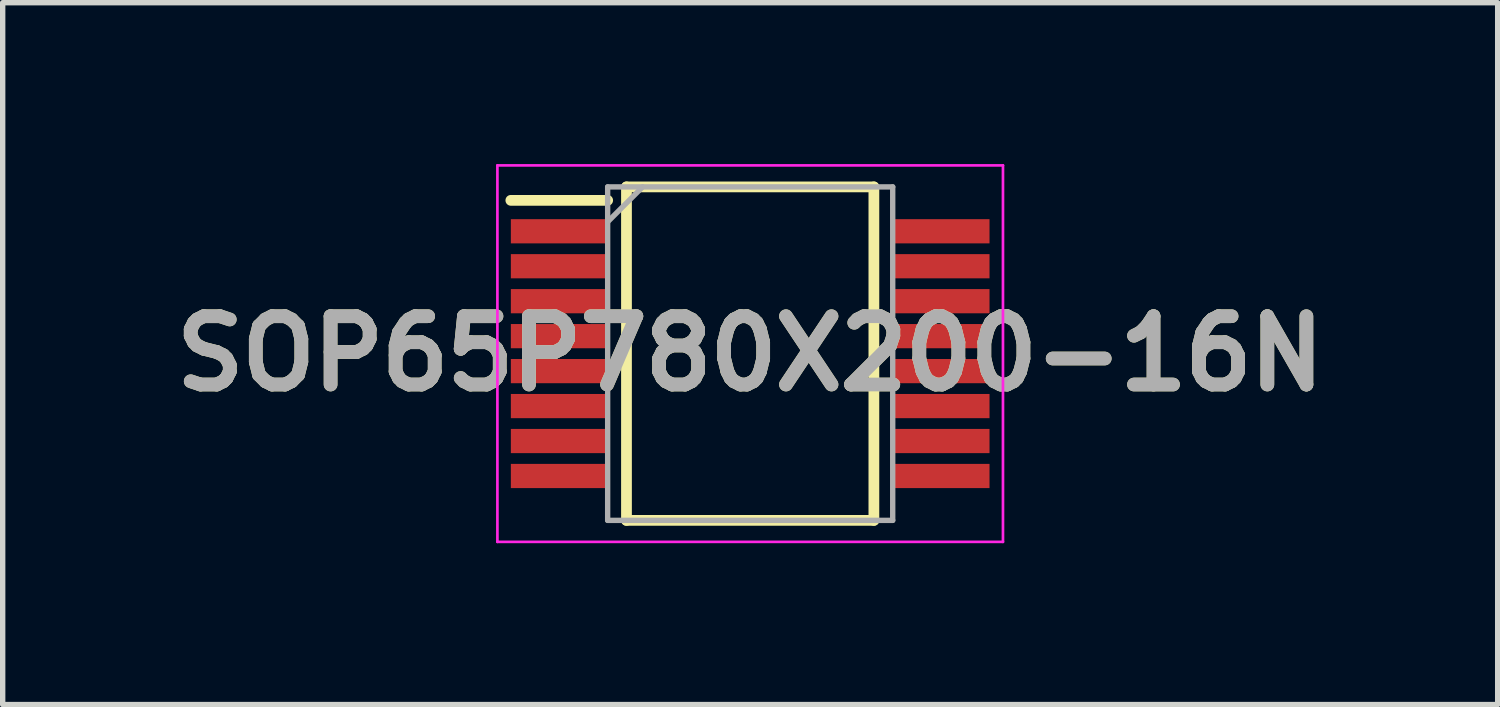
<source format=kicad_pcb>
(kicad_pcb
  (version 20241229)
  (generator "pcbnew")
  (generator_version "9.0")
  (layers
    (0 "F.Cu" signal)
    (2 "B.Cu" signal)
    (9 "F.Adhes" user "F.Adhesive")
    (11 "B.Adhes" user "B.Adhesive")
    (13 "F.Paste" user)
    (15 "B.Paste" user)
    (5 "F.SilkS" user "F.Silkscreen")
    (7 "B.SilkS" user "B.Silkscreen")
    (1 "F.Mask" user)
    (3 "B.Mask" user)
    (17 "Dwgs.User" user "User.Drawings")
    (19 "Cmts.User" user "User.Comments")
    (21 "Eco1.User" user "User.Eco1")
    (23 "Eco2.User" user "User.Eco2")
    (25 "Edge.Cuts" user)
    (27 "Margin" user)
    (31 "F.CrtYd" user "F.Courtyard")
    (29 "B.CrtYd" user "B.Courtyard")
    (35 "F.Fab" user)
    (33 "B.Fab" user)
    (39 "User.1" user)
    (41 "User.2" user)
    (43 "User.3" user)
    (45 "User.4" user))
  (footprint "SOP65P780X200-16N"
    (layer "F.Cu")
    (at 10.898 3.525)
    (property "Reference" "SOP65P780X200-16N" (at 0 0 0) (layer "F.SilkS") (effects (font (size 1.27 1.27) (thickness 0.254))))
    (attr smd)
    (fp_line (start -4.45 -2.85) (end -2.65 -2.85) (stroke (width 0.2) (type solid)) (layer "F.SilkS"))
    (fp_line (start -2.3 -3.1) (end 2.3 -3.1) (stroke (width 0.2) (type solid)) (layer "F.SilkS"))
    (fp_line (start -2.3 3.1) (end -2.3 -3.1) (stroke (width 0.2) (type solid)) (layer "F.SilkS"))
    (fp_line (start 2.3 -3.1) (end 2.3 3.1) (stroke (width 0.2) (type solid)) (layer "F.SilkS"))
    (fp_line (start 2.3 3.1) (end -2.3 3.1) (stroke (width 0.2) (type solid)) (layer "F.SilkS"))
    (fp_line (start -4.7 -3.5) (end 4.7 -3.5) (stroke (width 0.05) (type solid)) (layer "F.CrtYd"))
    (fp_line (start -4.7 3.5) (end -4.7 -3.5) (stroke (width 0.05) (type solid)) (layer "F.CrtYd"))
    (fp_line (start 4.7 -3.5) (end 4.7 3.5) (stroke (width 0.05) (type solid)) (layer "F.CrtYd"))
    (fp_line (start 4.7 3.5) (end -4.7 3.5) (stroke (width 0.05) (type solid)) (layer "F.CrtYd"))
    (fp_line (start -2.65 -3.1) (end 2.65 -3.1) (stroke (width 0.1) (type solid)) (layer "F.Fab"))
    (fp_line (start -2.65 -2.45) (end -2 -3.1) (stroke (width 0.1) (type solid)) (layer "F.Fab"))
    (fp_line (start -2.65 3.1) (end -2.65 -3.1) (stroke (width 0.1) (type solid)) (layer "F.Fab"))
    (fp_line (start 2.65 -3.1) (end 2.65 3.1) (stroke (width 0.1) (type solid)) (layer "F.Fab"))
    (fp_line (start 2.65 3.1) (end -2.65 3.1) (stroke (width 0.1) (type solid)) (layer "F.Fab"))
    (fp_text user "${REFERENCE}" (at 0 0 0) (layer "F.Fab") (effects (font (size 1.27 1.27) (thickness 0.254))))
    (pad "1" smd rect (at -3.55 -2.275 90) (size 0.45 1.8) (layers "F.Cu" "F.Mask" "F.Paste"))
    (pad "2" smd rect (at -3.55 -1.625 90) (size 0.45 1.8) (layers "F.Cu" "F.Mask" "F.Paste"))
    (pad "3" smd rect (at -3.55 -0.975 90) (size 0.45 1.8) (layers "F.Cu" "F.Mask" "F.Paste"))
    (pad "4" smd rect (at -3.55 -0.325 90) (size 0.45 1.8) (layers "F.Cu" "F.Mask" "F.Paste"))
    (pad "5" smd rect (at -3.55 0.325 90) (size 0.45 1.8) (layers "F.Cu" "F.Mask" "F.Paste"))
    (pad "6" smd rect (at -3.55 0.975 90) (size 0.45 1.8) (layers "F.Cu" "F.Mask" "F.Paste"))
    (pad "7" smd rect (at -3.55 1.625 90) (size 0.45 1.8) (layers "F.Cu" "F.Mask" "F.Paste"))
    (pad "8" smd rect (at -3.55 2.275 90) (size 0.45 1.8) (layers "F.Cu" "F.Mask" "F.Paste"))
    (pad "9" smd rect (at 3.55 2.275 90) (size 0.45 1.8) (layers "F.Cu" "F.Mask" "F.Paste"))
    (pad "10" smd rect (at 3.55 1.625 90) (size 0.45 1.8) (layers "F.Cu" "F.Mask" "F.Paste"))
    (pad "11" smd rect (at 3.55 0.975 90) (size 0.45 1.8) (layers "F.Cu" "F.Mask" "F.Paste"))
    (pad "12" smd rect (at 3.55 0.325 90) (size 0.45 1.8) (layers "F.Cu" "F.Mask" "F.Paste"))
    (pad "13" smd rect (at 3.55 -0.325 90) (size 0.45 1.8) (layers "F.Cu" "F.Mask" "F.Paste"))
    (pad "14" smd rect (at 3.55 -0.975 90) (size 0.45 1.8) (layers "F.Cu" "F.Mask" "F.Paste"))
    (pad "15" smd rect (at 3.55 -1.625 90) (size 0.45 1.8) (layers "F.Cu" "F.Mask" "F.Paste"))
    (pad "16" smd rect (at 3.55 -2.275 90) (size 0.45 1.8) (layers "F.Cu" "F.Mask" "F.Paste")))
  (gr_rect
    (start -3 -3)
    (end 24.796 10.05)
    (stroke (width 0.1) (type default))
    (fill no)
    (layer "Edge.Cuts")))
</source>
